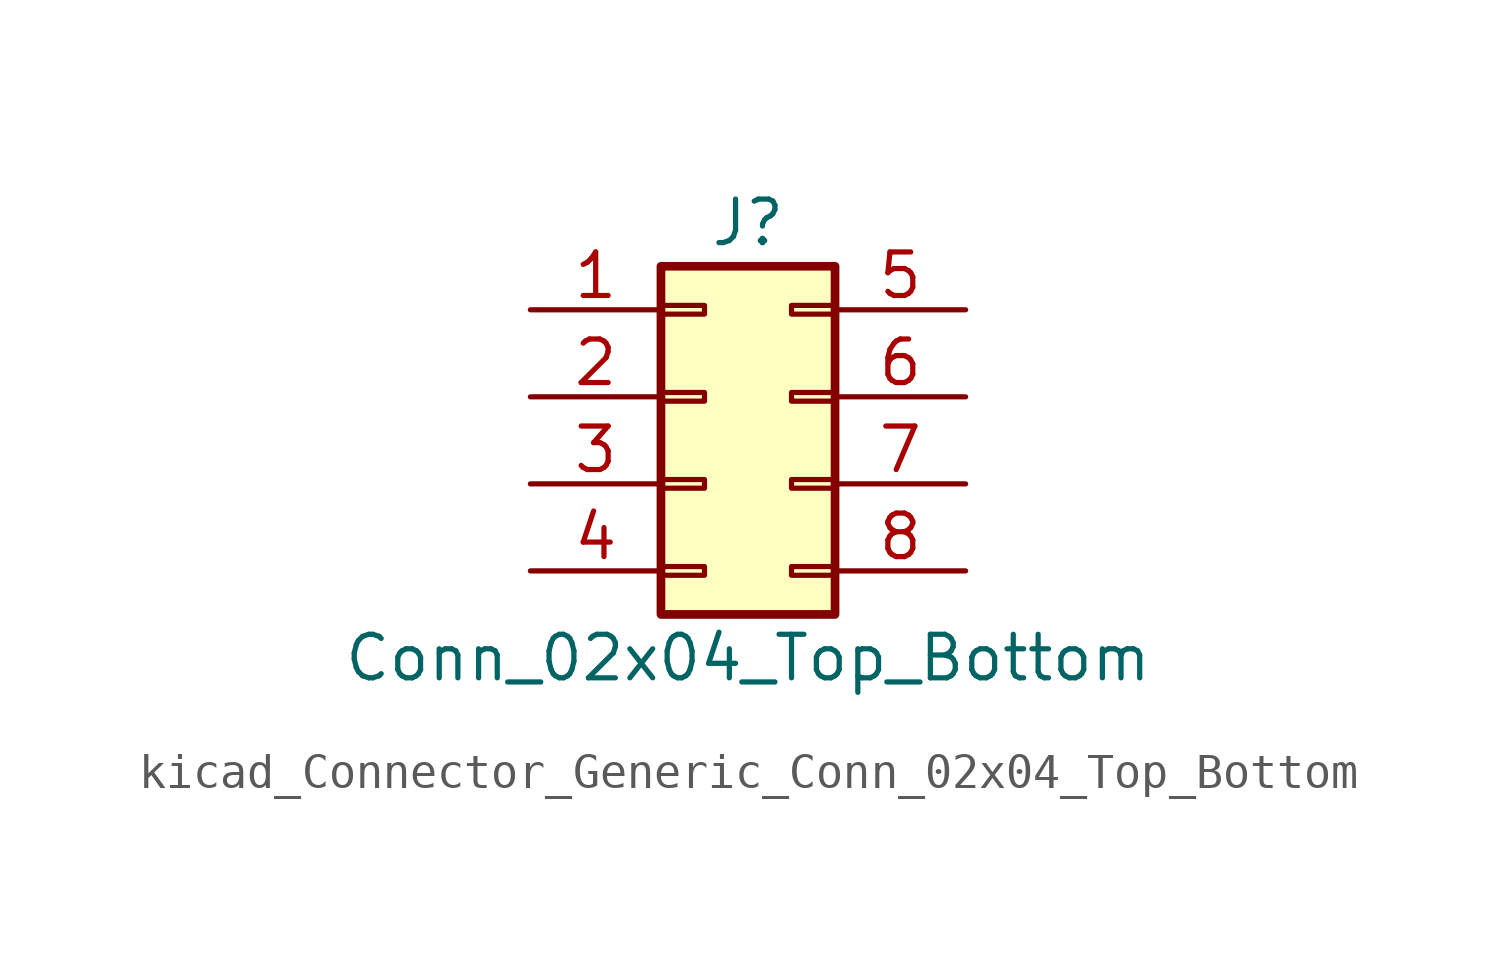
<source format=kicad_sym>
(kicad_symbol_lib
  (version 20220914)
  (generator kicad_symbol_editor)
  (symbol "kicad_Connector_Generic_Conn_02x04_Top_Bottom"
    (pin_names
      (offset 1.016) hide)
    (property "Reference" "J"
      (at 1.27 5.08 0)
      (effects (font (size 1.27 1.27))))
    (property "Value" "Conn_02x04_Top_Bottom"
      (at 1.27 -7.62 0)
      (effects (font (size 1.27 1.27))))
    (symbol "kicad_Connector_Generic_Conn_02x04_Top_Bottom_1_1"
      (rectangle (start -1.27 -4.953) (end 0 -5.207) (stroke (width 0.152) (type default)) (fill (type none)))
      (rectangle (start -1.27 -2.413) (end 0 -2.667) (stroke (width 0.152) (type default)) (fill (type none)))
      (rectangle (start -1.27 0.127) (end 0 -0.127) (stroke (width 0.152) (type default)) (fill (type none)))
      (rectangle (start -1.27 2.667) (end 0 2.413) (stroke (width 0.152) (type default)) (fill (type none)))
      (rectangle (start -1.27 3.81) (end 3.81 -6.35) (stroke (width 0.254) (type default)) (fill (type background)))
      (rectangle (start 3.81 -4.953) (end 2.54 -5.207) (stroke (width 0.152) (type default)) (fill (type none)))
      (rectangle (start 3.81 -2.413) (end 2.54 -2.667) (stroke (width 0.152) (type default)) (fill (type none)))
      (rectangle (start 3.81 0.127) (end 2.54 -0.127) (stroke (width 0.152) (type default)) (fill (type none)))
      (rectangle (start 3.81 2.667) (end 2.54 2.413) (stroke (width 0.152) (type default)) (fill (type none)))
      (pin passive line (at -5.08 2.54 0) (length 3.81) (name "Pin_1" (effects (font (size 1.27 1.27)))) (number "1" (effects (font (size 1.27 1.27)))))
      (pin passive line (at -5.08 0 0) (length 3.81) (name "Pin_2" (effects (font (size 1.27 1.27)))) (number "2" (effects (font (size 1.27 1.27)))))
      (pin passive line (at -5.08 -2.54 0) (length 3.81) (name "Pin_3" (effects (font (size 1.27 1.27)))) (number "3" (effects (font (size 1.27 1.27)))))
      (pin passive line (at -5.08 -5.08 0) (length 3.81) (name "Pin_4" (effects (font (size 1.27 1.27)))) (number "4" (effects (font (size 1.27 1.27)))))
      (pin passive line (at 7.62 2.54 180) (length 3.81) (name "Pin_5" (effects (font (size 1.27 1.27)))) (number "5" (effects (font (size 1.27 1.27)))))
      (pin passive line (at 7.62 0 180) (length 3.81) (name "Pin_6" (effects (font (size 1.27 1.27)))) (number "6" (effects (font (size 1.27 1.27)))))
      (pin passive line (at 7.62 -2.54 180) (length 3.81) (name "Pin_7" (effects (font (size 1.27 1.27)))) (number "7" (effects (font (size 1.27 1.27)))))
      (pin passive line (at 7.62 -5.08 180) (length 3.81) (name "Pin_8" (effects (font (size 1.27 1.27)))) (number "8" (effects (font (size 1.27 1.27))))))))
</source>
